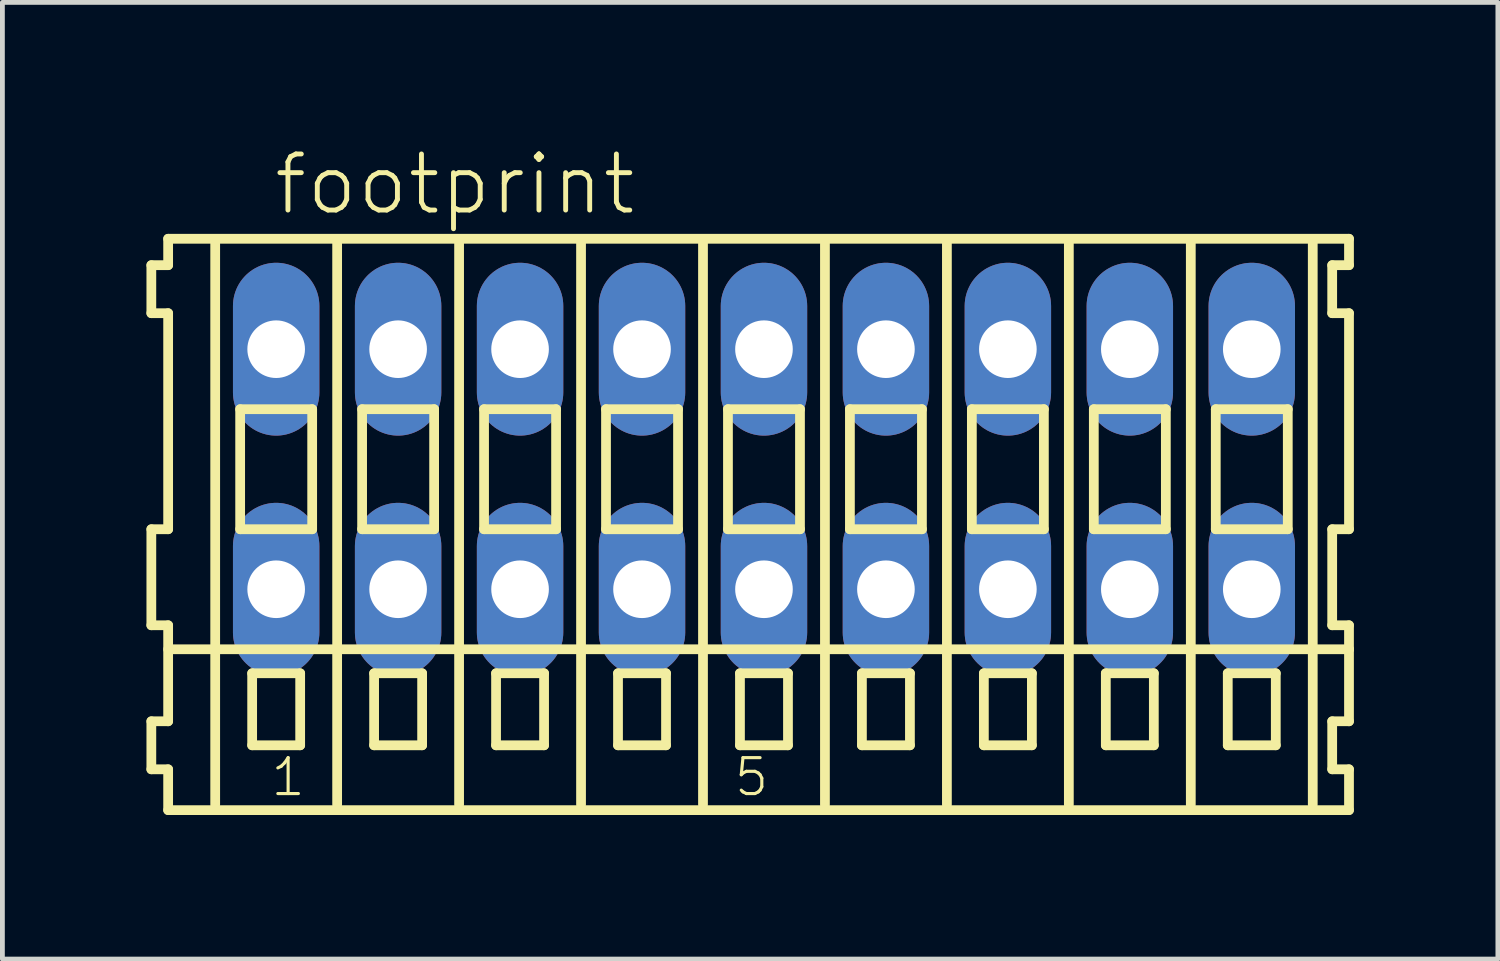
<source format=kicad_pcb>
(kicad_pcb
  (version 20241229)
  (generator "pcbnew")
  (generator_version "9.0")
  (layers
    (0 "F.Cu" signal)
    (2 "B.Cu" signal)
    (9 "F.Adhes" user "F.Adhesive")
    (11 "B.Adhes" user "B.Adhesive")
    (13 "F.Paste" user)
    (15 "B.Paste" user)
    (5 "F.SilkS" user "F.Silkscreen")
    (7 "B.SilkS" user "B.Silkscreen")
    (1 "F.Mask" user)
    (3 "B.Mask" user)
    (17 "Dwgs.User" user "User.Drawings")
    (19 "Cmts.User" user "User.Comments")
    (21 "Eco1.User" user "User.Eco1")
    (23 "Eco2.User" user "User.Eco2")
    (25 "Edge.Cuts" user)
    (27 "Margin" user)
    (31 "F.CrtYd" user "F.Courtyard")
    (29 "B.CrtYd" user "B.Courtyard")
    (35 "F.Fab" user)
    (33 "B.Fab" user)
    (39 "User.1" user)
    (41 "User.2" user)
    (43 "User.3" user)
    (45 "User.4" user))
  (footprint "footprint"
    (layer "F.Cu")
    (at 12.862 6.723)
    (property "Reference" "footprint" (at -10.26 -5.25 0) (layer "F.SilkS") (effects (font (size 1.168 1.168) (thickness 0.102)) (justify left bottom)))
    (fp_line (start -12.76 -4.25) (end -12.76 -3.25) (stroke (width 0.203) (type solid)) (layer "F.SilkS"))
    (fp_line (start -12.76 -3.25) (end -12.41 -3.25) (stroke (width 0.203) (type solid)) (layer "F.SilkS"))
    (fp_line (start -12.76 1.25) (end -12.76 3.25) (stroke (width 0.203) (type solid)) (layer "F.SilkS"))
    (fp_line (start -12.76 3.25) (end -12.41 3.25) (stroke (width 0.203) (type solid)) (layer "F.SilkS"))
    (fp_line (start -12.76 5.25) (end -12.76 6.25) (stroke (width 0.203) (type solid)) (layer "F.SilkS"))
    (fp_line (start -12.76 6.25) (end -12.41 6.25) (stroke (width 0.203) (type solid)) (layer "F.SilkS"))
    (fp_line (start -12.41 -4.8) (end -12.41 -4.25) (stroke (width 0.203) (type solid)) (layer "F.SilkS"))
    (fp_line (start -12.41 -4.25) (end -12.76 -4.25) (stroke (width 0.203) (type solid)) (layer "F.SilkS"))
    (fp_line (start -12.41 -3.25) (end -12.41 1.25) (stroke (width 0.203) (type solid)) (layer "F.SilkS"))
    (fp_line (start -12.41 1.25) (end -12.76 1.25) (stroke (width 0.203) (type solid)) (layer "F.SilkS"))
    (fp_line (start -12.41 3.25) (end -12.41 5.25) (stroke (width 0.203) (type solid)) (layer "F.SilkS"))
    (fp_line (start -12.41 3.75) (end 12.185 3.75) (stroke (width 0.203) (type solid)) (layer "F.SilkS"))
    (fp_line (start -12.41 5.25) (end -12.76 5.25) (stroke (width 0.203) (type solid)) (layer "F.SilkS"))
    (fp_line (start -12.41 6.25) (end -12.41 7.1) (stroke (width 0.203) (type solid)) (layer "F.SilkS"))
    (fp_line (start -12.41 7.1) (end 12.185 7.1) (stroke (width 0.203) (type solid)) (layer "F.SilkS"))
    (fp_line (start -11.43 6.985) (end -11.43 -4.699) (stroke (width 0.203) (type solid)) (layer "F.SilkS"))
    (fp_line (start -10.91 -1.25) (end -10.91 1.25) (stroke (width 0.203) (type solid)) (layer "F.SilkS"))
    (fp_line (start -10.91 1.25) (end -9.41 1.25) (stroke (width 0.203) (type solid)) (layer "F.SilkS"))
    (fp_line (start -10.66 4.25) (end -10.66 5.75) (stroke (width 0.203) (type solid)) (layer "F.SilkS"))
    (fp_line (start -10.66 5.75) (end -9.66 5.75) (stroke (width 0.203) (type solid)) (layer "F.SilkS"))
    (fp_line (start -9.66 4.25) (end -10.66 4.25) (stroke (width 0.203) (type solid)) (layer "F.SilkS"))
    (fp_line (start -9.66 5.75) (end -9.66 4.25) (stroke (width 0.203) (type solid)) (layer "F.SilkS"))
    (fp_line (start -9.41 -1.25) (end -10.91 -1.25) (stroke (width 0.203) (type solid)) (layer "F.SilkS"))
    (fp_line (start -9.41 1.25) (end -9.41 -1.25) (stroke (width 0.203) (type solid)) (layer "F.SilkS"))
    (fp_line (start -8.89 6.985) (end -8.89 -4.699) (stroke (width 0.203) (type solid)) (layer "F.SilkS"))
    (fp_line (start -8.37 -1.25) (end -8.37 1.25) (stroke (width 0.203) (type solid)) (layer "F.SilkS"))
    (fp_line (start -8.37 1.25) (end -6.87 1.25) (stroke (width 0.203) (type solid)) (layer "F.SilkS"))
    (fp_line (start -8.12 4.25) (end -8.12 5.75) (stroke (width 0.203) (type solid)) (layer "F.SilkS"))
    (fp_line (start -8.12 5.75) (end -7.12 5.75) (stroke (width 0.203) (type solid)) (layer "F.SilkS"))
    (fp_line (start -7.12 4.25) (end -8.12 4.25) (stroke (width 0.203) (type solid)) (layer "F.SilkS"))
    (fp_line (start -7.12 5.75) (end -7.12 4.25) (stroke (width 0.203) (type solid)) (layer "F.SilkS"))
    (fp_line (start -6.87 -1.25) (end -8.37 -1.25) (stroke (width 0.203) (type solid)) (layer "F.SilkS"))
    (fp_line (start -6.87 1.25) (end -6.87 -1.25) (stroke (width 0.203) (type solid)) (layer "F.SilkS"))
    (fp_line (start -6.35 6.985) (end -6.35 -4.699) (stroke (width 0.203) (type solid)) (layer "F.SilkS"))
    (fp_line (start -5.83 -1.25) (end -5.83 1.25) (stroke (width 0.203) (type solid)) (layer "F.SilkS"))
    (fp_line (start -5.83 1.25) (end -4.33 1.25) (stroke (width 0.203) (type solid)) (layer "F.SilkS"))
    (fp_line (start -5.58 4.25) (end -5.58 5.75) (stroke (width 0.203) (type solid)) (layer "F.SilkS"))
    (fp_line (start -5.58 5.75) (end -4.58 5.75) (stroke (width 0.203) (type solid)) (layer "F.SilkS"))
    (fp_line (start -4.58 4.25) (end -5.58 4.25) (stroke (width 0.203) (type solid)) (layer "F.SilkS"))
    (fp_line (start -4.58 5.75) (end -4.58 4.25) (stroke (width 0.203) (type solid)) (layer "F.SilkS"))
    (fp_line (start -4.33 -1.25) (end -5.83 -1.25) (stroke (width 0.203) (type solid)) (layer "F.SilkS"))
    (fp_line (start -4.33 1.25) (end -4.33 -1.25) (stroke (width 0.203) (type solid)) (layer "F.SilkS"))
    (fp_line (start -3.81 6.985) (end -3.81 -4.699) (stroke (width 0.203) (type solid)) (layer "F.SilkS"))
    (fp_line (start -3.29 -1.25) (end -3.29 1.25) (stroke (width 0.203) (type solid)) (layer "F.SilkS"))
    (fp_line (start -3.29 1.25) (end -1.79 1.25) (stroke (width 0.203) (type solid)) (layer "F.SilkS"))
    (fp_line (start -3.04 4.25) (end -3.04 5.75) (stroke (width 0.203) (type solid)) (layer "F.SilkS"))
    (fp_line (start -3.04 5.75) (end -2.04 5.75) (stroke (width 0.203) (type solid)) (layer "F.SilkS"))
    (fp_line (start -2.04 4.25) (end -3.04 4.25) (stroke (width 0.203) (type solid)) (layer "F.SilkS"))
    (fp_line (start -2.04 5.75) (end -2.04 4.25) (stroke (width 0.203) (type solid)) (layer "F.SilkS"))
    (fp_line (start -1.79 -1.25) (end -3.29 -1.25) (stroke (width 0.203) (type solid)) (layer "F.SilkS"))
    (fp_line (start -1.79 1.25) (end -1.79 -1.25) (stroke (width 0.203) (type solid)) (layer "F.SilkS"))
    (fp_line (start -1.27 6.985) (end -1.27 -4.699) (stroke (width 0.203) (type solid)) (layer "F.SilkS"))
    (fp_line (start -0.75 -1.25) (end -0.75 1.25) (stroke (width 0.203) (type solid)) (layer "F.SilkS"))
    (fp_line (start -0.75 1.25) (end 0.75 1.25) (stroke (width 0.203) (type solid)) (layer "F.SilkS"))
    (fp_line (start -0.5 4.25) (end -0.5 5.75) (stroke (width 0.203) (type solid)) (layer "F.SilkS"))
    (fp_line (start -0.5 5.75) (end 0.5 5.75) (stroke (width 0.203) (type solid)) (layer "F.SilkS"))
    (fp_line (start 0.5 4.25) (end -0.5 4.25) (stroke (width 0.203) (type solid)) (layer "F.SilkS"))
    (fp_line (start 0.5 5.75) (end 0.5 4.25) (stroke (width 0.203) (type solid)) (layer "F.SilkS"))
    (fp_line (start 0.75 -1.25) (end -0.75 -1.25) (stroke (width 0.203) (type solid)) (layer "F.SilkS"))
    (fp_line (start 0.75 1.25) (end 0.75 -1.25) (stroke (width 0.203) (type solid)) (layer "F.SilkS"))
    (fp_line (start 1.27 6.985) (end 1.27 -4.699) (stroke (width 0.203) (type solid)) (layer "F.SilkS"))
    (fp_line (start 1.79 -1.25) (end 1.79 1.25) (stroke (width 0.203) (type solid)) (layer "F.SilkS"))
    (fp_line (start 1.79 1.25) (end 3.29 1.25) (stroke (width 0.203) (type solid)) (layer "F.SilkS"))
    (fp_line (start 2.04 4.25) (end 2.04 5.75) (stroke (width 0.203) (type solid)) (layer "F.SilkS"))
    (fp_line (start 2.04 5.75) (end 3.04 5.75) (stroke (width 0.203) (type solid)) (layer "F.SilkS"))
    (fp_line (start 3.04 4.25) (end 2.04 4.25) (stroke (width 0.203) (type solid)) (layer "F.SilkS"))
    (fp_line (start 3.04 5.75) (end 3.04 4.25) (stroke (width 0.203) (type solid)) (layer "F.SilkS"))
    (fp_line (start 3.29 -1.25) (end 1.79 -1.25) (stroke (width 0.203) (type solid)) (layer "F.SilkS"))
    (fp_line (start 3.29 1.25) (end 3.29 -1.25) (stroke (width 0.203) (type solid)) (layer "F.SilkS"))
    (fp_line (start 3.81 6.985) (end 3.81 -4.699) (stroke (width 0.203) (type solid)) (layer "F.SilkS"))
    (fp_line (start 4.33 -1.25) (end 4.33 1.25) (stroke (width 0.203) (type solid)) (layer "F.SilkS"))
    (fp_line (start 4.33 1.25) (end 5.83 1.25) (stroke (width 0.203) (type solid)) (layer "F.SilkS"))
    (fp_line (start 4.58 4.25) (end 4.58 5.75) (stroke (width 0.203) (type solid)) (layer "F.SilkS"))
    (fp_line (start 4.58 5.75) (end 5.58 5.75) (stroke (width 0.203) (type solid)) (layer "F.SilkS"))
    (fp_line (start 5.58 4.25) (end 4.58 4.25) (stroke (width 0.203) (type solid)) (layer "F.SilkS"))
    (fp_line (start 5.58 5.75) (end 5.58 4.25) (stroke (width 0.203) (type solid)) (layer "F.SilkS"))
    (fp_line (start 5.83 -1.25) (end 4.33 -1.25) (stroke (width 0.203) (type solid)) (layer "F.SilkS"))
    (fp_line (start 5.83 1.25) (end 5.83 -1.25) (stroke (width 0.203) (type solid)) (layer "F.SilkS"))
    (fp_line (start 6.35 6.985) (end 6.35 -4.699) (stroke (width 0.203) (type solid)) (layer "F.SilkS"))
    (fp_line (start 6.87 -1.25) (end 6.87 1.25) (stroke (width 0.203) (type solid)) (layer "F.SilkS"))
    (fp_line (start 6.87 1.25) (end 8.37 1.25) (stroke (width 0.203) (type solid)) (layer "F.SilkS"))
    (fp_line (start 7.12 4.25) (end 7.12 5.75) (stroke (width 0.203) (type solid)) (layer "F.SilkS"))
    (fp_line (start 7.12 5.75) (end 8.12 5.75) (stroke (width 0.203) (type solid)) (layer "F.SilkS"))
    (fp_line (start 8.12 4.25) (end 7.12 4.25) (stroke (width 0.203) (type solid)) (layer "F.SilkS"))
    (fp_line (start 8.12 5.75) (end 8.12 4.25) (stroke (width 0.203) (type solid)) (layer "F.SilkS"))
    (fp_line (start 8.37 -1.25) (end 6.87 -1.25) (stroke (width 0.203) (type solid)) (layer "F.SilkS"))
    (fp_line (start 8.37 1.25) (end 8.37 -1.25) (stroke (width 0.203) (type solid)) (layer "F.SilkS"))
    (fp_line (start 8.89 6.985) (end 8.89 -4.699) (stroke (width 0.203) (type solid)) (layer "F.SilkS"))
    (fp_line (start 9.41 -1.25) (end 9.41 1.25) (stroke (width 0.203) (type solid)) (layer "F.SilkS"))
    (fp_line (start 9.41 1.25) (end 10.91 1.25) (stroke (width 0.203) (type solid)) (layer "F.SilkS"))
    (fp_line (start 9.66 4.25) (end 9.66 5.75) (stroke (width 0.203) (type solid)) (layer "F.SilkS"))
    (fp_line (start 9.66 5.75) (end 10.66 5.75) (stroke (width 0.203) (type solid)) (layer "F.SilkS"))
    (fp_line (start 10.66 4.25) (end 9.66 4.25) (stroke (width 0.203) (type solid)) (layer "F.SilkS"))
    (fp_line (start 10.66 5.75) (end 10.66 4.25) (stroke (width 0.203) (type solid)) (layer "F.SilkS"))
    (fp_line (start 10.91 -1.25) (end 9.41 -1.25) (stroke (width 0.203) (type solid)) (layer "F.SilkS"))
    (fp_line (start 10.91 1.25) (end 10.91 -1.25) (stroke (width 0.203) (type solid)) (layer "F.SilkS"))
    (fp_line (start 11.43 6.985) (end 11.43 -4.699) (stroke (width 0.203) (type solid)) (layer "F.SilkS"))
    (fp_line (start 11.835 -4.25) (end 11.835 -3.25) (stroke (width 0.203) (type solid)) (layer "F.SilkS"))
    (fp_line (start 11.835 -3.25) (end 12.185 -3.25) (stroke (width 0.203) (type solid)) (layer "F.SilkS"))
    (fp_line (start 11.835 1.25) (end 11.835 3.25) (stroke (width 0.203) (type solid)) (layer "F.SilkS"))
    (fp_line (start 11.835 3.25) (end 12.185 3.25) (stroke (width 0.203) (type solid)) (layer "F.SilkS"))
    (fp_line (start 11.835 5.25) (end 11.835 6.25) (stroke (width 0.203) (type solid)) (layer "F.SilkS"))
    (fp_line (start 11.835 6.25) (end 12.185 6.25) (stroke (width 0.203) (type solid)) (layer "F.SilkS"))
    (fp_line (start 12.185 -4.8) (end -12.41 -4.8) (stroke (width 0.203) (type solid)) (layer "F.SilkS"))
    (fp_line (start 12.185 -4.25) (end 11.835 -4.25) (stroke (width 0.203) (type solid)) (layer "F.SilkS"))
    (fp_line (start 12.185 -4.25) (end 12.185 -4.8) (stroke (width 0.203) (type solid)) (layer "F.SilkS"))
    (fp_line (start 12.185 1.25) (end 11.835 1.25) (stroke (width 0.203) (type solid)) (layer "F.SilkS"))
    (fp_line (start 12.185 1.25) (end 12.185 -3.25) (stroke (width 0.203) (type solid)) (layer "F.SilkS"))
    (fp_line (start 12.185 3.75) (end 12.185 3.25) (stroke (width 0.203) (type solid)) (layer "F.SilkS"))
    (fp_line (start 12.185 5.25) (end 11.835 5.25) (stroke (width 0.203) (type solid)) (layer "F.SilkS"))
    (fp_line (start 12.185 5.25) (end 12.185 3.75) (stroke (width 0.203) (type solid)) (layer "F.SilkS"))
    (fp_line (start 12.185 7.1) (end 12.185 6.25) (stroke (width 0.203) (type solid)) (layer "F.SilkS"))
    (fp_text user "1" (at -10.31 6.85 0) (layer "F.SilkS") (effects (font (size 0.748 0.748) (thickness 0.065)) (justify left bottom)))
    (fp_text user "5" (at -0.658 6.85 0) (layer "F.SilkS") (effects (font (size 0.748 0.748) (thickness 0.065)) (justify left bottom)))
    (pad "A1" thru_hole oval (at -10.16 -2.5 90) (size 3.6 1.8) (drill 1.2) (layers "*.Cu" "*.Mask"))
    (pad "A2" thru_hole oval (at -7.62 -2.5 90) (size 3.6 1.8) (drill 1.2) (layers "*.Cu" "*.Mask"))
    (pad "A3" thru_hole oval (at -5.08 -2.5 90) (size 3.6 1.8) (drill 1.2) (layers "*.Cu" "*.Mask"))
    (pad "A4" thru_hole oval (at -2.54 -2.5 90) (size 3.6 1.8) (drill 1.2) (layers "*.Cu" "*.Mask"))
    (pad "A5" thru_hole oval (at 0 -2.5 90) (size 3.6 1.8) (drill 1.2) (layers "*.Cu" "*.Mask"))
    (pad "A6" thru_hole oval (at 2.54 -2.5 90) (size 3.6 1.8) (drill 1.2) (layers "*.Cu" "*.Mask"))
    (pad "A7" thru_hole oval (at 5.08 -2.5 90) (size 3.6 1.8) (drill 1.2) (layers "*.Cu" "*.Mask"))
    (pad "A8" thru_hole oval (at 7.62 -2.5 90) (size 3.6 1.8) (drill 1.2) (layers "*.Cu" "*.Mask"))
    (pad "A9" thru_hole oval (at 10.16 -2.5 90) (size 3.6 1.8) (drill 1.2) (layers "*.Cu" "*.Mask"))
    (pad "B1" thru_hole oval (at -10.16 2.5 90) (size 3.6 1.8) (drill 1.2) (layers "*.Cu" "*.Mask"))
    (pad "B2" thru_hole oval (at -7.62 2.5 90) (size 3.6 1.8) (drill 1.2) (layers "*.Cu" "*.Mask"))
    (pad "B3" thru_hole oval (at -5.08 2.5 90) (size 3.6 1.8) (drill 1.2) (layers "*.Cu" "*.Mask"))
    (pad "B4" thru_hole oval (at -2.54 2.5 90) (size 3.6 1.8) (drill 1.2) (layers "*.Cu" "*.Mask"))
    (pad "B5" thru_hole oval (at 0 2.5 90) (size 3.6 1.8) (drill 1.2) (layers "*.Cu" "*.Mask"))
    (pad "B6" thru_hole oval (at 2.54 2.5 90) (size 3.6 1.8) (drill 1.2) (layers "*.Cu" "*.Mask"))
    (pad "B7" thru_hole oval (at 5.08 2.5 90) (size 3.6 1.8) (drill 1.2) (layers "*.Cu" "*.Mask"))
    (pad "B8" thru_hole oval (at 7.62 2.5 90) (size 3.6 1.8) (drill 1.2) (layers "*.Cu" "*.Mask"))
    (pad "B9" thru_hole oval (at 10.16 2.5 90) (size 3.6 1.8) (drill 1.2) (layers "*.Cu" "*.Mask")))
  (gr_rect
    (start -3 -3)
    (end 28.148 16.925)
    (stroke (width 0.1) (type default))
    (fill no)
    (layer "Edge.Cuts")))
</source>
